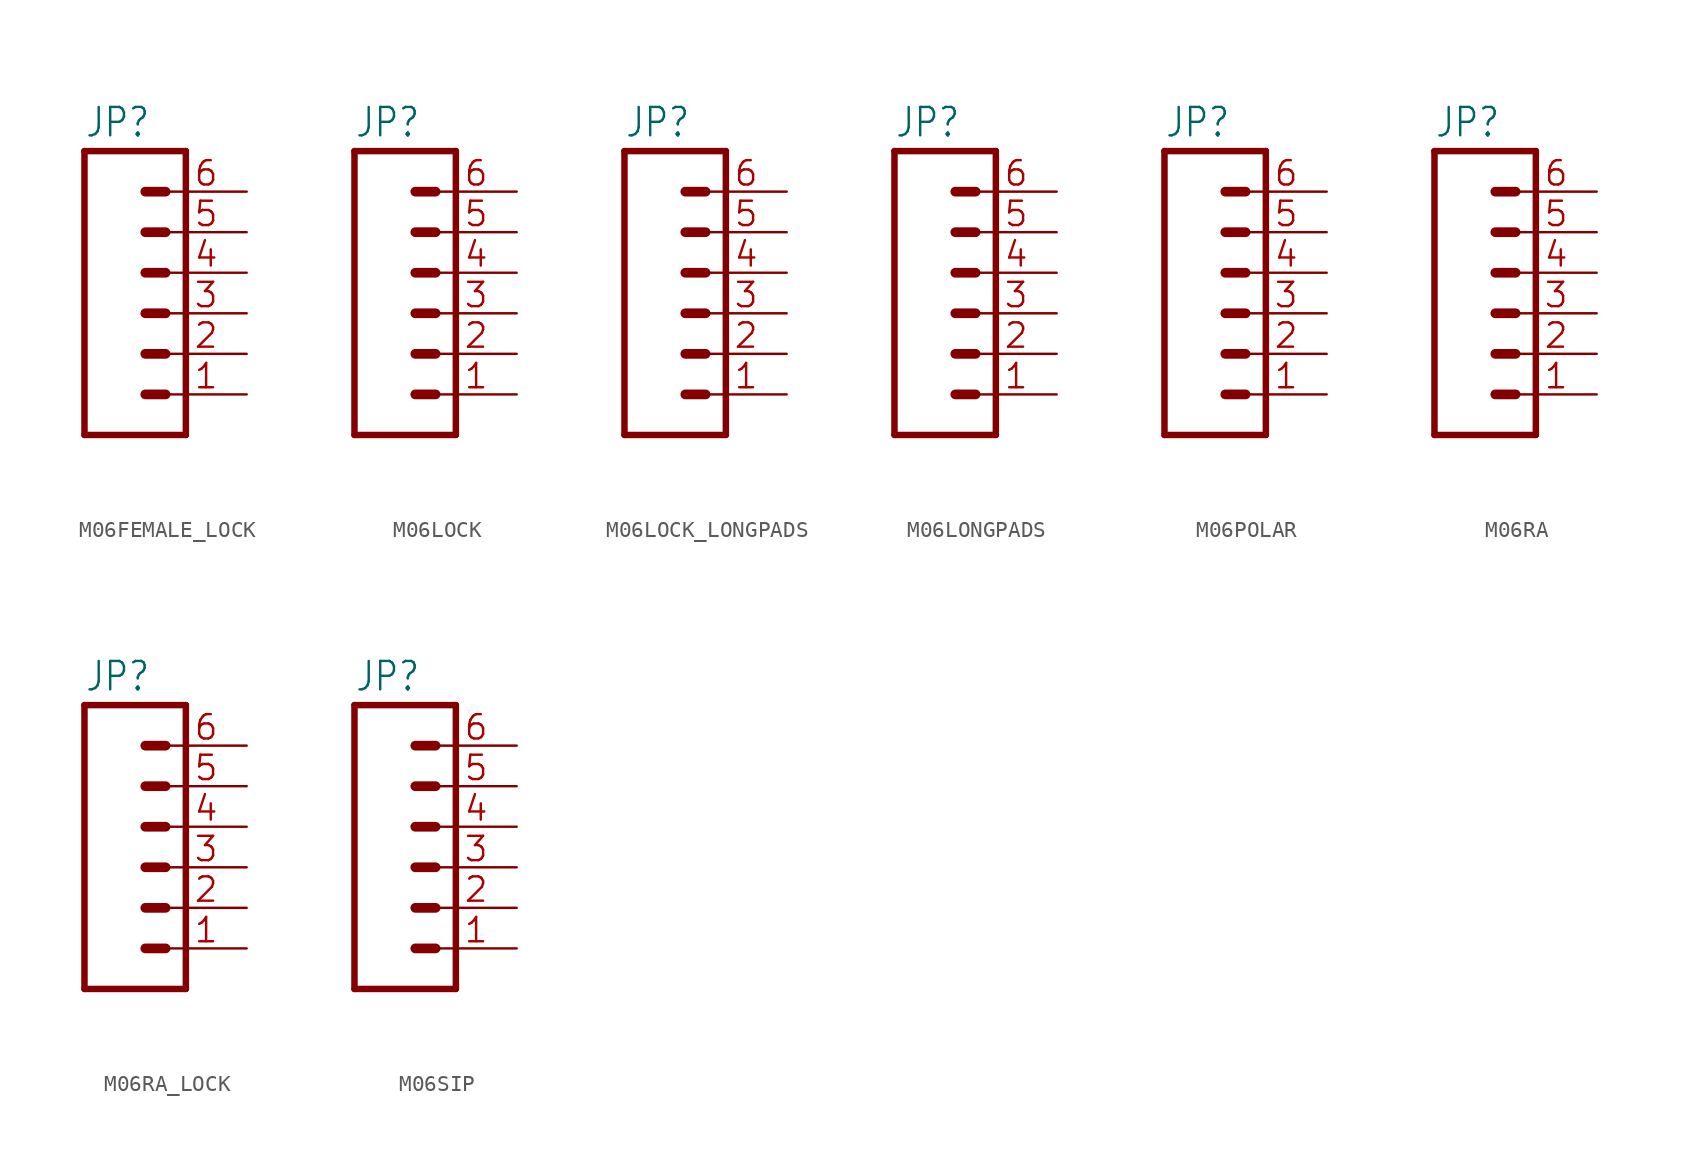
<source format=kicad_sym>
(kicad_symbol_lib
  (version 20241209)
  (generator "kicad_symbol_editor")
  (generator_version "9.0")
  (symbol "M06FEMALE_LOCK"
    (property "Reference" "JP"
      (at -5.08 10.922 0)
      (effects (font (size 1.778 1.511)) (justify left bottom)))
    (property "Value" ""
      (at -5.08 -10.16 0)
      (effects (font (size 1.778 1.511)) (justify left bottom)))
    (property "ki_locked" ""
      (at 0 0 0)
      (effects (font (size 1.27 1.27))))
    (symbol "M06FEMALE_LOCK_1_0"
      (polyline (pts (xy -5.08 10.16) (xy -5.08 -7.62)) (stroke (width 0.406) (type solid)) (fill (type none)))
      (polyline (pts (xy -5.08 10.16) (xy 1.27 10.16)) (stroke (width 0.406) (type solid)) (fill (type none)))
      (polyline (pts (xy -1.27 7.62) (xy 0 7.62)) (stroke (width 0.61) (type solid)) (fill (type none)))
      (polyline (pts (xy -1.27 5.08) (xy 0 5.08)) (stroke (width 0.61) (type solid)) (fill (type none)))
      (polyline (pts (xy -1.27 2.54) (xy 0 2.54)) (stroke (width 0.61) (type solid)) (fill (type none)))
      (polyline (pts (xy -1.27 0) (xy 0 0)) (stroke (width 0.61) (type solid)) (fill (type none)))
      (polyline (pts (xy -1.27 -2.54) (xy 0 -2.54)) (stroke (width 0.61) (type solid)) (fill (type none)))
      (polyline (pts (xy -1.27 -5.08) (xy 0 -5.08)) (stroke (width 0.61) (type solid)) (fill (type none)))
      (polyline (pts (xy 1.27 -7.62) (xy -5.08 -7.62)) (stroke (width 0.406) (type solid)) (fill (type none)))
      (polyline (pts (xy 1.27 -7.62) (xy 1.27 10.16)) (stroke (width 0.406) (type solid)) (fill (type none)))
      (pin passive line (at 5.08 7.62 180) (length 5.08) (name "6" (effects (font (size 0 0)))) (number "6" (effects (font (size 1.524 1.524)))))
      (pin passive line (at 5.08 5.08 180) (length 5.08) (name "5" (effects (font (size 0 0)))) (number "5" (effects (font (size 1.524 1.524)))))
      (pin passive line (at 5.08 2.54 180) (length 5.08) (name "4" (effects (font (size 0 0)))) (number "4" (effects (font (size 1.524 1.524)))))
      (pin passive line (at 5.08 0 180) (length 5.08) (name "3" (effects (font (size 0 0)))) (number "3" (effects (font (size 1.524 1.524)))))
      (pin passive line (at 5.08 -2.54 180) (length 5.08) (name "2" (effects (font (size 0 0)))) (number "2" (effects (font (size 1.524 1.524)))))
      (pin passive line (at 5.08 -5.08 180) (length 5.08) (name "1" (effects (font (size 0 0)))) (number "1" (effects (font (size 1.524 1.524)))))))
  (symbol "M06LOCK"
    (property "Reference" "JP"
      (at -5.08 10.922 0)
      (effects (font (size 1.778 1.511)) (justify left bottom)))
    (property "Value" ""
      (at -5.08 -10.16 0)
      (effects (font (size 1.778 1.511)) (justify left bottom)))
    (property "ki_locked" ""
      (at 0 0 0)
      (effects (font (size 1.27 1.27))))
    (symbol "M06LOCK_1_0"
      (polyline (pts (xy -5.08 10.16) (xy -5.08 -7.62)) (stroke (width 0.406) (type solid)) (fill (type none)))
      (polyline (pts (xy -5.08 10.16) (xy 1.27 10.16)) (stroke (width 0.406) (type solid)) (fill (type none)))
      (polyline (pts (xy -1.27 7.62) (xy 0 7.62)) (stroke (width 0.61) (type solid)) (fill (type none)))
      (polyline (pts (xy -1.27 5.08) (xy 0 5.08)) (stroke (width 0.61) (type solid)) (fill (type none)))
      (polyline (pts (xy -1.27 2.54) (xy 0 2.54)) (stroke (width 0.61) (type solid)) (fill (type none)))
      (polyline (pts (xy -1.27 0) (xy 0 0)) (stroke (width 0.61) (type solid)) (fill (type none)))
      (polyline (pts (xy -1.27 -2.54) (xy 0 -2.54)) (stroke (width 0.61) (type solid)) (fill (type none)))
      (polyline (pts (xy -1.27 -5.08) (xy 0 -5.08)) (stroke (width 0.61) (type solid)) (fill (type none)))
      (polyline (pts (xy 1.27 -7.62) (xy -5.08 -7.62)) (stroke (width 0.406) (type solid)) (fill (type none)))
      (polyline (pts (xy 1.27 -7.62) (xy 1.27 10.16)) (stroke (width 0.406) (type solid)) (fill (type none)))
      (pin passive line (at 5.08 7.62 180) (length 5.08) (name "6" (effects (font (size 0 0)))) (number "6" (effects (font (size 1.524 1.524)))))
      (pin passive line (at 5.08 5.08 180) (length 5.08) (name "5" (effects (font (size 0 0)))) (number "5" (effects (font (size 1.524 1.524)))))
      (pin passive line (at 5.08 2.54 180) (length 5.08) (name "4" (effects (font (size 0 0)))) (number "4" (effects (font (size 1.524 1.524)))))
      (pin passive line (at 5.08 0 180) (length 5.08) (name "3" (effects (font (size 0 0)))) (number "3" (effects (font (size 1.524 1.524)))))
      (pin passive line (at 5.08 -2.54 180) (length 5.08) (name "2" (effects (font (size 0 0)))) (number "2" (effects (font (size 1.524 1.524)))))
      (pin passive line (at 5.08 -5.08 180) (length 5.08) (name "1" (effects (font (size 0 0)))) (number "1" (effects (font (size 1.524 1.524)))))))
  (symbol "M06LOCK_LONGPADS"
    (property "Reference" "JP"
      (at -5.08 10.922 0)
      (effects (font (size 1.778 1.511)) (justify left bottom)))
    (property "Value" ""
      (at -5.08 -10.16 0)
      (effects (font (size 1.778 1.511)) (justify left bottom)))
    (property "ki_locked" ""
      (at 0 0 0)
      (effects (font (size 1.27 1.27))))
    (symbol "M06LOCK_LONGPADS_1_0"
      (polyline (pts (xy -5.08 10.16) (xy -5.08 -7.62)) (stroke (width 0.406) (type solid)) (fill (type none)))
      (polyline (pts (xy -5.08 10.16) (xy 1.27 10.16)) (stroke (width 0.406) (type solid)) (fill (type none)))
      (polyline (pts (xy -1.27 7.62) (xy 0 7.62)) (stroke (width 0.61) (type solid)) (fill (type none)))
      (polyline (pts (xy -1.27 5.08) (xy 0 5.08)) (stroke (width 0.61) (type solid)) (fill (type none)))
      (polyline (pts (xy -1.27 2.54) (xy 0 2.54)) (stroke (width 0.61) (type solid)) (fill (type none)))
      (polyline (pts (xy -1.27 0) (xy 0 0)) (stroke (width 0.61) (type solid)) (fill (type none)))
      (polyline (pts (xy -1.27 -2.54) (xy 0 -2.54)) (stroke (width 0.61) (type solid)) (fill (type none)))
      (polyline (pts (xy -1.27 -5.08) (xy 0 -5.08)) (stroke (width 0.61) (type solid)) (fill (type none)))
      (polyline (pts (xy 1.27 -7.62) (xy -5.08 -7.62)) (stroke (width 0.406) (type solid)) (fill (type none)))
      (polyline (pts (xy 1.27 -7.62) (xy 1.27 10.16)) (stroke (width 0.406) (type solid)) (fill (type none)))
      (pin passive line (at 5.08 7.62 180) (length 5.08) (name "6" (effects (font (size 0 0)))) (number "6" (effects (font (size 1.524 1.524)))))
      (pin passive line (at 5.08 5.08 180) (length 5.08) (name "5" (effects (font (size 0 0)))) (number "5" (effects (font (size 1.524 1.524)))))
      (pin passive line (at 5.08 2.54 180) (length 5.08) (name "4" (effects (font (size 0 0)))) (number "4" (effects (font (size 1.524 1.524)))))
      (pin passive line (at 5.08 0 180) (length 5.08) (name "3" (effects (font (size 0 0)))) (number "3" (effects (font (size 1.524 1.524)))))
      (pin passive line (at 5.08 -2.54 180) (length 5.08) (name "2" (effects (font (size 0 0)))) (number "2" (effects (font (size 1.524 1.524)))))
      (pin passive line (at 5.08 -5.08 180) (length 5.08) (name "1" (effects (font (size 0 0)))) (number "1" (effects (font (size 1.524 1.524)))))))
  (symbol "M06LONGPADS"
    (property "Reference" "JP"
      (at -5.08 10.922 0)
      (effects (font (size 1.778 1.511)) (justify left bottom)))
    (property "Value" ""
      (at -5.08 -10.16 0)
      (effects (font (size 1.778 1.511)) (justify left bottom)))
    (property "ki_locked" ""
      (at 0 0 0)
      (effects (font (size 1.27 1.27))))
    (symbol "M06LONGPADS_1_0"
      (polyline (pts (xy -5.08 10.16) (xy -5.08 -7.62)) (stroke (width 0.406) (type solid)) (fill (type none)))
      (polyline (pts (xy -5.08 10.16) (xy 1.27 10.16)) (stroke (width 0.406) (type solid)) (fill (type none)))
      (polyline (pts (xy -1.27 7.62) (xy 0 7.62)) (stroke (width 0.61) (type solid)) (fill (type none)))
      (polyline (pts (xy -1.27 5.08) (xy 0 5.08)) (stroke (width 0.61) (type solid)) (fill (type none)))
      (polyline (pts (xy -1.27 2.54) (xy 0 2.54)) (stroke (width 0.61) (type solid)) (fill (type none)))
      (polyline (pts (xy -1.27 0) (xy 0 0)) (stroke (width 0.61) (type solid)) (fill (type none)))
      (polyline (pts (xy -1.27 -2.54) (xy 0 -2.54)) (stroke (width 0.61) (type solid)) (fill (type none)))
      (polyline (pts (xy -1.27 -5.08) (xy 0 -5.08)) (stroke (width 0.61) (type solid)) (fill (type none)))
      (polyline (pts (xy 1.27 -7.62) (xy -5.08 -7.62)) (stroke (width 0.406) (type solid)) (fill (type none)))
      (polyline (pts (xy 1.27 -7.62) (xy 1.27 10.16)) (stroke (width 0.406) (type solid)) (fill (type none)))
      (pin passive line (at 5.08 7.62 180) (length 5.08) (name "6" (effects (font (size 0 0)))) (number "6" (effects (font (size 1.524 1.524)))))
      (pin passive line (at 5.08 5.08 180) (length 5.08) (name "5" (effects (font (size 0 0)))) (number "5" (effects (font (size 1.524 1.524)))))
      (pin passive line (at 5.08 2.54 180) (length 5.08) (name "4" (effects (font (size 0 0)))) (number "4" (effects (font (size 1.524 1.524)))))
      (pin passive line (at 5.08 0 180) (length 5.08) (name "3" (effects (font (size 0 0)))) (number "3" (effects (font (size 1.524 1.524)))))
      (pin passive line (at 5.08 -2.54 180) (length 5.08) (name "2" (effects (font (size 0 0)))) (number "2" (effects (font (size 1.524 1.524)))))
      (pin passive line (at 5.08 -5.08 180) (length 5.08) (name "1" (effects (font (size 0 0)))) (number "1" (effects (font (size 1.524 1.524)))))))
  (symbol "M06POLAR"
    (property "Reference" "JP"
      (at -5.08 10.922 0)
      (effects (font (size 1.778 1.511)) (justify left bottom)))
    (property "Value" ""
      (at -5.08 -10.16 0)
      (effects (font (size 1.778 1.511)) (justify left bottom)))
    (property "ki_locked" ""
      (at 0 0 0)
      (effects (font (size 1.27 1.27))))
    (symbol "M06POLAR_1_0"
      (polyline (pts (xy -5.08 10.16) (xy -5.08 -7.62)) (stroke (width 0.406) (type solid)) (fill (type none)))
      (polyline (pts (xy -5.08 10.16) (xy 1.27 10.16)) (stroke (width 0.406) (type solid)) (fill (type none)))
      (polyline (pts (xy -1.27 7.62) (xy 0 7.62)) (stroke (width 0.61) (type solid)) (fill (type none)))
      (polyline (pts (xy -1.27 5.08) (xy 0 5.08)) (stroke (width 0.61) (type solid)) (fill (type none)))
      (polyline (pts (xy -1.27 2.54) (xy 0 2.54)) (stroke (width 0.61) (type solid)) (fill (type none)))
      (polyline (pts (xy -1.27 0) (xy 0 0)) (stroke (width 0.61) (type solid)) (fill (type none)))
      (polyline (pts (xy -1.27 -2.54) (xy 0 -2.54)) (stroke (width 0.61) (type solid)) (fill (type none)))
      (polyline (pts (xy -1.27 -5.08) (xy 0 -5.08)) (stroke (width 0.61) (type solid)) (fill (type none)))
      (polyline (pts (xy 1.27 -7.62) (xy -5.08 -7.62)) (stroke (width 0.406) (type solid)) (fill (type none)))
      (polyline (pts (xy 1.27 -7.62) (xy 1.27 10.16)) (stroke (width 0.406) (type solid)) (fill (type none)))
      (pin passive line (at 5.08 7.62 180) (length 5.08) (name "6" (effects (font (size 0 0)))) (number "6" (effects (font (size 1.524 1.524)))))
      (pin passive line (at 5.08 5.08 180) (length 5.08) (name "5" (effects (font (size 0 0)))) (number "5" (effects (font (size 1.524 1.524)))))
      (pin passive line (at 5.08 2.54 180) (length 5.08) (name "4" (effects (font (size 0 0)))) (number "4" (effects (font (size 1.524 1.524)))))
      (pin passive line (at 5.08 0 180) (length 5.08) (name "3" (effects (font (size 0 0)))) (number "3" (effects (font (size 1.524 1.524)))))
      (pin passive line (at 5.08 -2.54 180) (length 5.08) (name "2" (effects (font (size 0 0)))) (number "2" (effects (font (size 1.524 1.524)))))
      (pin passive line (at 5.08 -5.08 180) (length 5.08) (name "1" (effects (font (size 0 0)))) (number "1" (effects (font (size 1.524 1.524)))))))
  (symbol "M06RA"
    (property "Reference" "JP"
      (at -5.08 10.922 0)
      (effects (font (size 1.778 1.511)) (justify left bottom)))
    (property "Value" ""
      (at -5.08 -10.16 0)
      (effects (font (size 1.778 1.511)) (justify left bottom)))
    (property "ki_locked" ""
      (at 0 0 0)
      (effects (font (size 1.27 1.27))))
    (symbol "M06RA_1_0"
      (polyline (pts (xy -5.08 10.16) (xy -5.08 -7.62)) (stroke (width 0.406) (type solid)) (fill (type none)))
      (polyline (pts (xy -5.08 10.16) (xy 1.27 10.16)) (stroke (width 0.406) (type solid)) (fill (type none)))
      (polyline (pts (xy -1.27 7.62) (xy 0 7.62)) (stroke (width 0.61) (type solid)) (fill (type none)))
      (polyline (pts (xy -1.27 5.08) (xy 0 5.08)) (stroke (width 0.61) (type solid)) (fill (type none)))
      (polyline (pts (xy -1.27 2.54) (xy 0 2.54)) (stroke (width 0.61) (type solid)) (fill (type none)))
      (polyline (pts (xy -1.27 0) (xy 0 0)) (stroke (width 0.61) (type solid)) (fill (type none)))
      (polyline (pts (xy -1.27 -2.54) (xy 0 -2.54)) (stroke (width 0.61) (type solid)) (fill (type none)))
      (polyline (pts (xy -1.27 -5.08) (xy 0 -5.08)) (stroke (width 0.61) (type solid)) (fill (type none)))
      (polyline (pts (xy 1.27 -7.62) (xy -5.08 -7.62)) (stroke (width 0.406) (type solid)) (fill (type none)))
      (polyline (pts (xy 1.27 -7.62) (xy 1.27 10.16)) (stroke (width 0.406) (type solid)) (fill (type none)))
      (pin passive line (at 5.08 7.62 180) (length 5.08) (name "6" (effects (font (size 0 0)))) (number "6" (effects (font (size 1.524 1.524)))))
      (pin passive line (at 5.08 5.08 180) (length 5.08) (name "5" (effects (font (size 0 0)))) (number "5" (effects (font (size 1.524 1.524)))))
      (pin passive line (at 5.08 2.54 180) (length 5.08) (name "4" (effects (font (size 0 0)))) (number "4" (effects (font (size 1.524 1.524)))))
      (pin passive line (at 5.08 0 180) (length 5.08) (name "3" (effects (font (size 0 0)))) (number "3" (effects (font (size 1.524 1.524)))))
      (pin passive line (at 5.08 -2.54 180) (length 5.08) (name "2" (effects (font (size 0 0)))) (number "2" (effects (font (size 1.524 1.524)))))
      (pin passive line (at 5.08 -5.08 180) (length 5.08) (name "1" (effects (font (size 0 0)))) (number "1" (effects (font (size 1.524 1.524)))))))
  (symbol "M06RA_LOCK"
    (property "Reference" "JP"
      (at -5.08 10.922 0)
      (effects (font (size 1.778 1.511)) (justify left bottom)))
    (property "Value" ""
      (at -5.08 -10.16 0)
      (effects (font (size 1.778 1.511)) (justify left bottom)))
    (property "ki_locked" ""
      (at 0 0 0)
      (effects (font (size 1.27 1.27))))
    (symbol "M06RA_LOCK_1_0"
      (polyline (pts (xy -5.08 10.16) (xy -5.08 -7.62)) (stroke (width 0.406) (type solid)) (fill (type none)))
      (polyline (pts (xy -5.08 10.16) (xy 1.27 10.16)) (stroke (width 0.406) (type solid)) (fill (type none)))
      (polyline (pts (xy -1.27 7.62) (xy 0 7.62)) (stroke (width 0.61) (type solid)) (fill (type none)))
      (polyline (pts (xy -1.27 5.08) (xy 0 5.08)) (stroke (width 0.61) (type solid)) (fill (type none)))
      (polyline (pts (xy -1.27 2.54) (xy 0 2.54)) (stroke (width 0.61) (type solid)) (fill (type none)))
      (polyline (pts (xy -1.27 0) (xy 0 0)) (stroke (width 0.61) (type solid)) (fill (type none)))
      (polyline (pts (xy -1.27 -2.54) (xy 0 -2.54)) (stroke (width 0.61) (type solid)) (fill (type none)))
      (polyline (pts (xy -1.27 -5.08) (xy 0 -5.08)) (stroke (width 0.61) (type solid)) (fill (type none)))
      (polyline (pts (xy 1.27 -7.62) (xy -5.08 -7.62)) (stroke (width 0.406) (type solid)) (fill (type none)))
      (polyline (pts (xy 1.27 -7.62) (xy 1.27 10.16)) (stroke (width 0.406) (type solid)) (fill (type none)))
      (pin passive line (at 5.08 7.62 180) (length 5.08) (name "6" (effects (font (size 0 0)))) (number "6" (effects (font (size 1.524 1.524)))))
      (pin passive line (at 5.08 5.08 180) (length 5.08) (name "5" (effects (font (size 0 0)))) (number "5" (effects (font (size 1.524 1.524)))))
      (pin passive line (at 5.08 2.54 180) (length 5.08) (name "4" (effects (font (size 0 0)))) (number "4" (effects (font (size 1.524 1.524)))))
      (pin passive line (at 5.08 0 180) (length 5.08) (name "3" (effects (font (size 0 0)))) (number "3" (effects (font (size 1.524 1.524)))))
      (pin passive line (at 5.08 -2.54 180) (length 5.08) (name "2" (effects (font (size 0 0)))) (number "2" (effects (font (size 1.524 1.524)))))
      (pin passive line (at 5.08 -5.08 180) (length 5.08) (name "1" (effects (font (size 0 0)))) (number "1" (effects (font (size 1.524 1.524)))))))
  (symbol "M06SIP"
    (property "Reference" "JP"
      (at -5.08 10.922 0)
      (effects (font (size 1.778 1.511)) (justify left bottom)))
    (property "Value" ""
      (at -5.08 -10.16 0)
      (effects (font (size 1.778 1.511)) (justify left bottom)))
    (property "ki_locked" ""
      (at 0 0 0)
      (effects (font (size 1.27 1.27))))
    (symbol "M06SIP_1_0"
      (polyline (pts (xy -5.08 10.16) (xy -5.08 -7.62)) (stroke (width 0.406) (type solid)) (fill (type none)))
      (polyline (pts (xy -5.08 10.16) (xy 1.27 10.16)) (stroke (width 0.406) (type solid)) (fill (type none)))
      (polyline (pts (xy -1.27 7.62) (xy 0 7.62)) (stroke (width 0.61) (type solid)) (fill (type none)))
      (polyline (pts (xy -1.27 5.08) (xy 0 5.08)) (stroke (width 0.61) (type solid)) (fill (type none)))
      (polyline (pts (xy -1.27 2.54) (xy 0 2.54)) (stroke (width 0.61) (type solid)) (fill (type none)))
      (polyline (pts (xy -1.27 0) (xy 0 0)) (stroke (width 0.61) (type solid)) (fill (type none)))
      (polyline (pts (xy -1.27 -2.54) (xy 0 -2.54)) (stroke (width 0.61) (type solid)) (fill (type none)))
      (polyline (pts (xy -1.27 -5.08) (xy 0 -5.08)) (stroke (width 0.61) (type solid)) (fill (type none)))
      (polyline (pts (xy 1.27 -7.62) (xy -5.08 -7.62)) (stroke (width 0.406) (type solid)) (fill (type none)))
      (polyline (pts (xy 1.27 -7.62) (xy 1.27 10.16)) (stroke (width 0.406) (type solid)) (fill (type none)))
      (pin passive line (at 5.08 7.62 180) (length 5.08) (name "6" (effects (font (size 0 0)))) (number "6" (effects (font (size 1.524 1.524)))))
      (pin passive line (at 5.08 5.08 180) (length 5.08) (name "5" (effects (font (size 0 0)))) (number "5" (effects (font (size 1.524 1.524)))))
      (pin passive line (at 5.08 2.54 180) (length 5.08) (name "4" (effects (font (size 0 0)))) (number "4" (effects (font (size 1.524 1.524)))))
      (pin passive line (at 5.08 0 180) (length 5.08) (name "3" (effects (font (size 0 0)))) (number "3" (effects (font (size 1.524 1.524)))))
      (pin passive line (at 5.08 -2.54 180) (length 5.08) (name "2" (effects (font (size 0 0)))) (number "2" (effects (font (size 1.524 1.524)))))
      (pin passive line (at 5.08 -5.08 180) (length 5.08) (name "1" (effects (font (size 0 0)))) (number "1" (effects (font (size 1.524 1.524))))))))
</source>
